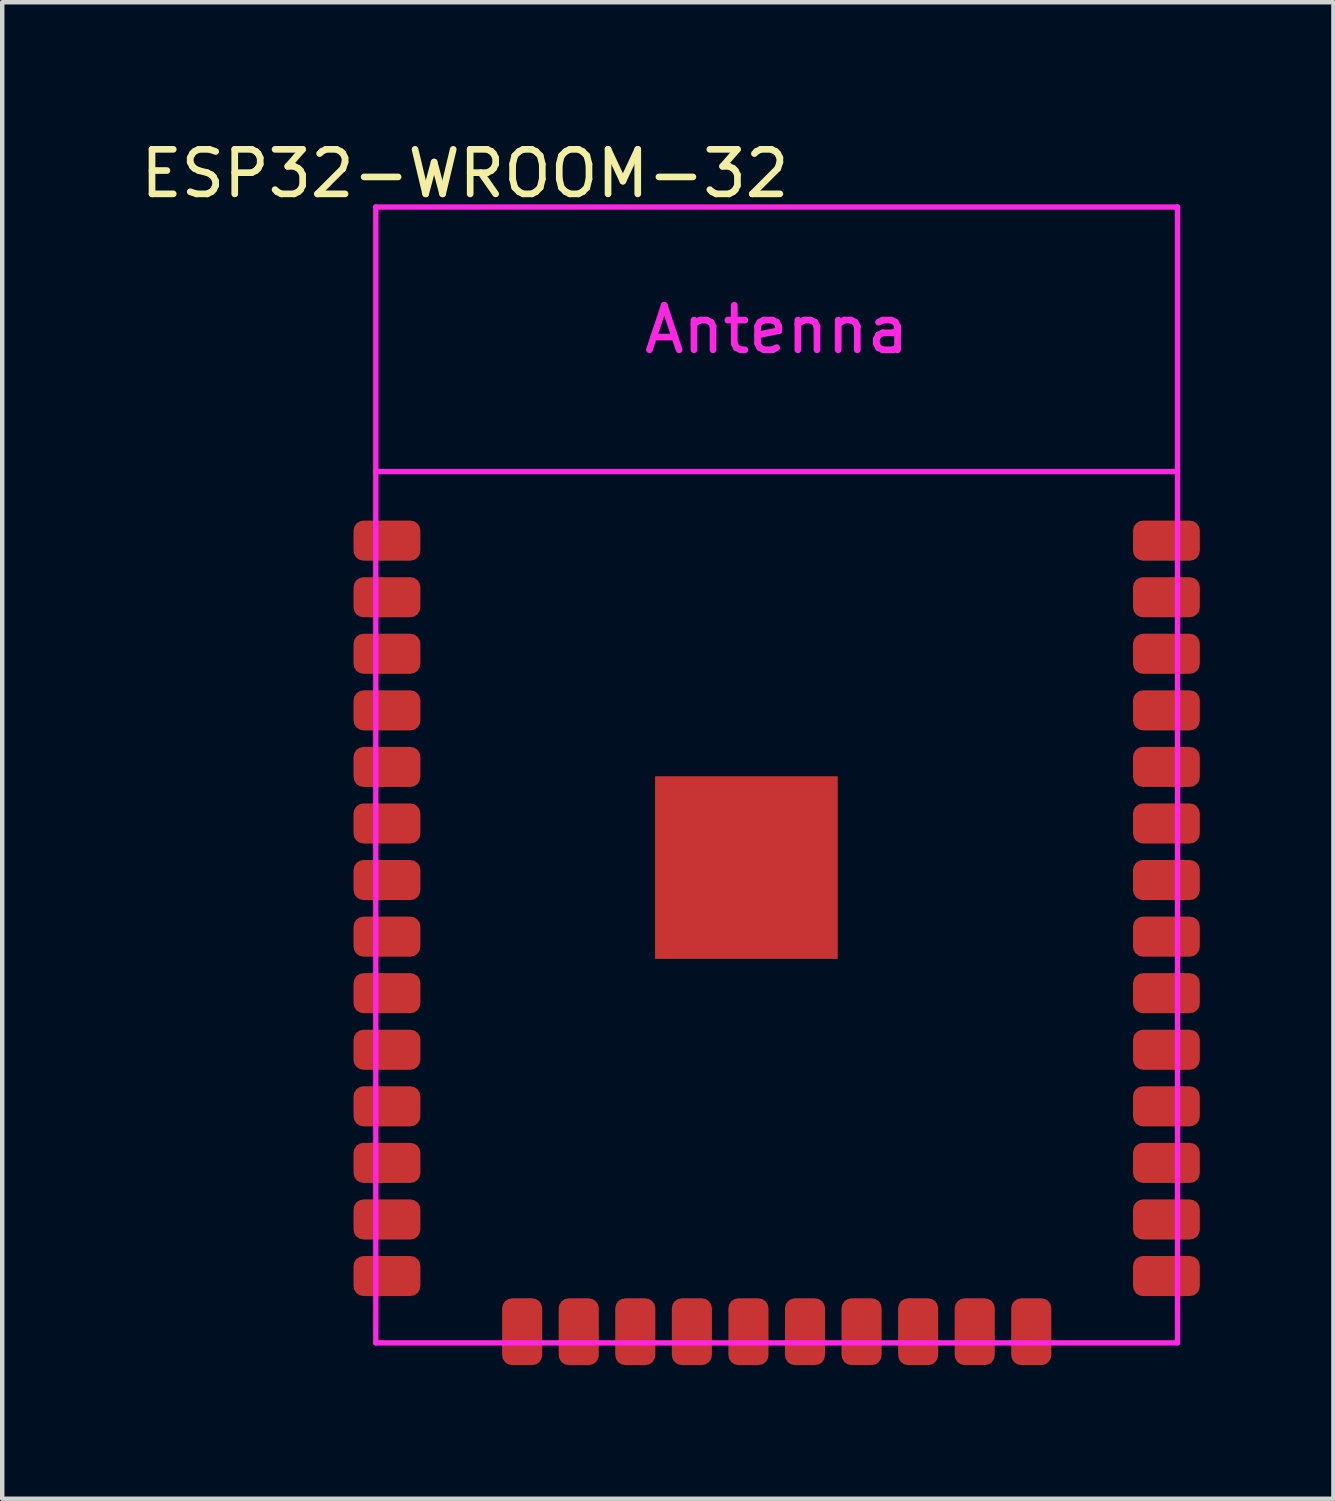
<source format=kicad_pcb>
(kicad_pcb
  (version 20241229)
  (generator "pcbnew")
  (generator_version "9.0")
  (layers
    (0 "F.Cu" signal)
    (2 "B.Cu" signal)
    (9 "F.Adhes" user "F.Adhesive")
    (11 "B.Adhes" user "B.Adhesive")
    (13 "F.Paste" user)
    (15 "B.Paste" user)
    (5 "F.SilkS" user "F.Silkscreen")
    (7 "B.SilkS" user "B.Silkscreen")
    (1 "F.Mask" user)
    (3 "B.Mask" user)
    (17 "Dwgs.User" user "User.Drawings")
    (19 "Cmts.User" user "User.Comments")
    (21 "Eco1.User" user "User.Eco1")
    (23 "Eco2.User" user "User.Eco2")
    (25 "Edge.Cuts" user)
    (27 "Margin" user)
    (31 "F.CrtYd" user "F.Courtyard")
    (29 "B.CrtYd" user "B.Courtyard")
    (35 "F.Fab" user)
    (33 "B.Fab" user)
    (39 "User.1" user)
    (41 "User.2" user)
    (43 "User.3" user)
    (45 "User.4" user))
  (footprint "ESP32-WROOM-32"
    (layer "F.Cu")
    (at 14.387 14.348)
    (property "Reference" "ESP32-WROOM-32" (at -7 -13.5 0) (layer "F.SilkS") (effects (font (size 1 1) (thickness 0.15))))
    (attr through_hole)
    (fp_line (start -9 -12.75) (end -9 12.75) (stroke (width 0.12) (type solid)) (layer "F.CrtYd"))
    (fp_line (start -9 -6.81) (end 9 -6.81) (stroke (width 0.12) (type solid)) (layer "F.CrtYd"))
    (fp_line (start -9 12.75) (end 9 12.75) (stroke (width 0.12) (type solid)) (layer "F.CrtYd"))
    (fp_line (start 9 -12.75) (end -9 -12.75) (stroke (width 0.12) (type solid)) (layer "F.CrtYd"))
    (fp_line (start 9 12.75) (end 9 -12.75) (stroke (width 0.12) (type solid)) (layer "F.CrtYd"))
    (fp_text user "Antenna" (at 0 -10 0) (layer "F.CrtYd") (effects (font (size 1 1) (thickness 0.15))))
    (pad "1" smd roundrect (at -8.75 -5.26) (size 1.5 0.9) (layers "F.Cu" "F.Mask" "F.Paste") (roundrect_rratio 0.25))
    (pad "2" smd roundrect (at -8.75 -3.99) (size 1.5 0.9) (layers "F.Cu" "F.Mask" "F.Paste") (roundrect_rratio 0.25))
    (pad "3" smd roundrect (at -8.75 -2.72) (size 1.5 0.9) (layers "F.Cu" "F.Mask" "F.Paste") (roundrect_rratio 0.25))
    (pad "4" smd roundrect (at -8.75 -1.45) (size 1.5 0.9) (layers "F.Cu" "F.Mask" "F.Paste") (roundrect_rratio 0.25))
    (pad "5" smd roundrect (at -8.75 -0.18) (size 1.5 0.9) (layers "F.Cu" "F.Mask" "F.Paste") (roundrect_rratio 0.25))
    (pad "6" smd roundrect (at -8.75 1.09) (size 1.5 0.9) (layers "F.Cu" "F.Mask" "F.Paste") (roundrect_rratio 0.25))
    (pad "7" smd roundrect (at -8.75 2.36) (size 1.5 0.9) (layers "F.Cu" "F.Mask" "F.Paste") (roundrect_rratio 0.25))
    (pad "8" smd roundrect (at -8.75 3.63) (size 1.5 0.9) (layers "F.Cu" "F.Mask" "F.Paste") (roundrect_rratio 0.25))
    (pad "9" smd roundrect (at -8.75 4.9) (size 1.5 0.9) (layers "F.Cu" "F.Mask" "F.Paste") (roundrect_rratio 0.25))
    (pad "10" smd roundrect (at -8.75 6.17) (size 1.5 0.9) (layers "F.Cu" "F.Mask" "F.Paste") (roundrect_rratio 0.25))
    (pad "11" smd roundrect (at -8.75 7.44) (size 1.5 0.9) (layers "F.Cu" "F.Mask" "F.Paste") (roundrect_rratio 0.25))
    (pad "12" smd roundrect (at -8.75 8.71) (size 1.5 0.9) (layers "F.Cu" "F.Mask" "F.Paste") (roundrect_rratio 0.25))
    (pad "13" smd roundrect (at -8.75 9.98) (size 1.5 0.9) (layers "F.Cu" "F.Mask" "F.Paste") (roundrect_rratio 0.25))
    (pad "14" smd roundrect (at -8.75 11.25) (size 1.5 0.9) (layers "F.Cu" "F.Mask" "F.Paste") (roundrect_rratio 0.25))
    (pad "15" smd roundrect (at -5.714 12.5 90) (size 1.5 0.9) (layers "F.Cu" "F.Mask" "F.Paste") (roundrect_rratio 0.25))
    (pad "16" smd roundrect (at -4.444 12.5 90) (size 1.5 0.9) (layers "F.Cu" "F.Mask" "F.Paste") (roundrect_rratio 0.25))
    (pad "17" smd roundrect (at -3.174 12.5 90) (size 1.5 0.9) (layers "F.Cu" "F.Mask" "F.Paste") (roundrect_rratio 0.25))
    (pad "18" smd roundrect (at -1.904 12.5 90) (size 1.5 0.9) (layers "F.Cu" "F.Mask" "F.Paste") (roundrect_rratio 0.25))
    (pad "19" smd roundrect (at -0.634 12.5 90) (size 1.5 0.9) (layers "F.Cu" "F.Mask" "F.Paste") (roundrect_rratio 0.25))
    (pad "20" smd roundrect (at 0.636 12.5 90) (size 1.5 0.9) (layers "F.Cu" "F.Mask" "F.Paste") (roundrect_rratio 0.25))
    (pad "21" smd roundrect (at 1.906 12.5 90) (size 1.5 0.9) (layers "F.Cu" "F.Mask" "F.Paste") (roundrect_rratio 0.25))
    (pad "22" smd roundrect (at 3.176 12.5 90) (size 1.5 0.9) (layers "F.Cu" "F.Mask" "F.Paste") (roundrect_rratio 0.25))
    (pad "23" smd roundrect (at 4.446 12.5 90) (size 1.5 0.9) (layers "F.Cu" "F.Mask" "F.Paste") (roundrect_rratio 0.25))
    (pad "24" smd roundrect (at 5.716 12.5 90) (size 1.5 0.9) (layers "F.Cu" "F.Mask" "F.Paste") (roundrect_rratio 0.25))
    (pad "25" smd roundrect (at 8.75 11.25) (size 1.5 0.9) (layers "F.Cu" "F.Mask" "F.Paste") (roundrect_rratio 0.25))
    (pad "26" smd roundrect (at 8.75 9.98) (size 1.5 0.9) (layers "F.Cu" "F.Mask" "F.Paste") (roundrect_rratio 0.25))
    (pad "27" smd roundrect (at 8.75 8.71) (size 1.5 0.9) (layers "F.Cu" "F.Mask" "F.Paste") (roundrect_rratio 0.25))
    (pad "28" smd roundrect (at 8.75 7.44) (size 1.5 0.9) (layers "F.Cu" "F.Mask" "F.Paste") (roundrect_rratio 0.25))
    (pad "29" smd roundrect (at 8.75 6.17) (size 1.5 0.9) (layers "F.Cu" "F.Mask" "F.Paste") (roundrect_rratio 0.25))
    (pad "30" smd roundrect (at 8.75 4.9) (size 1.5 0.9) (layers "F.Cu" "F.Mask" "F.Paste") (roundrect_rratio 0.25))
    (pad "31" smd roundrect (at 8.75 3.63) (size 1.5 0.9) (layers "F.Cu" "F.Mask" "F.Paste") (roundrect_rratio 0.25))
    (pad "32" smd roundrect (at 8.75 2.36) (size 1.5 0.9) (layers "F.Cu" "F.Mask" "F.Paste") (roundrect_rratio 0.25))
    (pad "33" smd roundrect (at 8.75 1.09) (size 1.5 0.9) (layers "F.Cu" "F.Mask" "F.Paste") (roundrect_rratio 0.25))
    (pad "34" smd roundrect (at 8.75 -0.18) (size 1.5 0.9) (layers "F.Cu" "F.Mask" "F.Paste") (roundrect_rratio 0.25))
    (pad "35" smd roundrect (at 8.75 -1.45) (size 1.5 0.9) (layers "F.Cu" "F.Mask" "F.Paste") (roundrect_rratio 0.25))
    (pad "36" smd roundrect (at 8.75 -2.72) (size 1.5 0.9) (layers "F.Cu" "F.Mask" "F.Paste") (roundrect_rratio 0.25))
    (pad "37" smd roundrect (at 8.75 -3.99) (size 1.5 0.9) (layers "F.Cu" "F.Mask" "F.Paste") (roundrect_rratio 0.25))
    (pad "38" smd roundrect (at 8.75 -5.26) (size 1.5 0.9) (layers "F.Cu" "F.Mask" "F.Paste") (roundrect_rratio 0.25))
    (pad "39" smd rect (at -0.68 2.08 180) (size 4.1 4.1) (layers "F.Cu" "F.Mask" "F.Paste")))
  (gr_rect
    (start -3 -3)
    (end 26.887 30.598)
    (stroke (width 0.1) (type default))
    (fill no)
    (layer "Edge.Cuts")))
</source>
